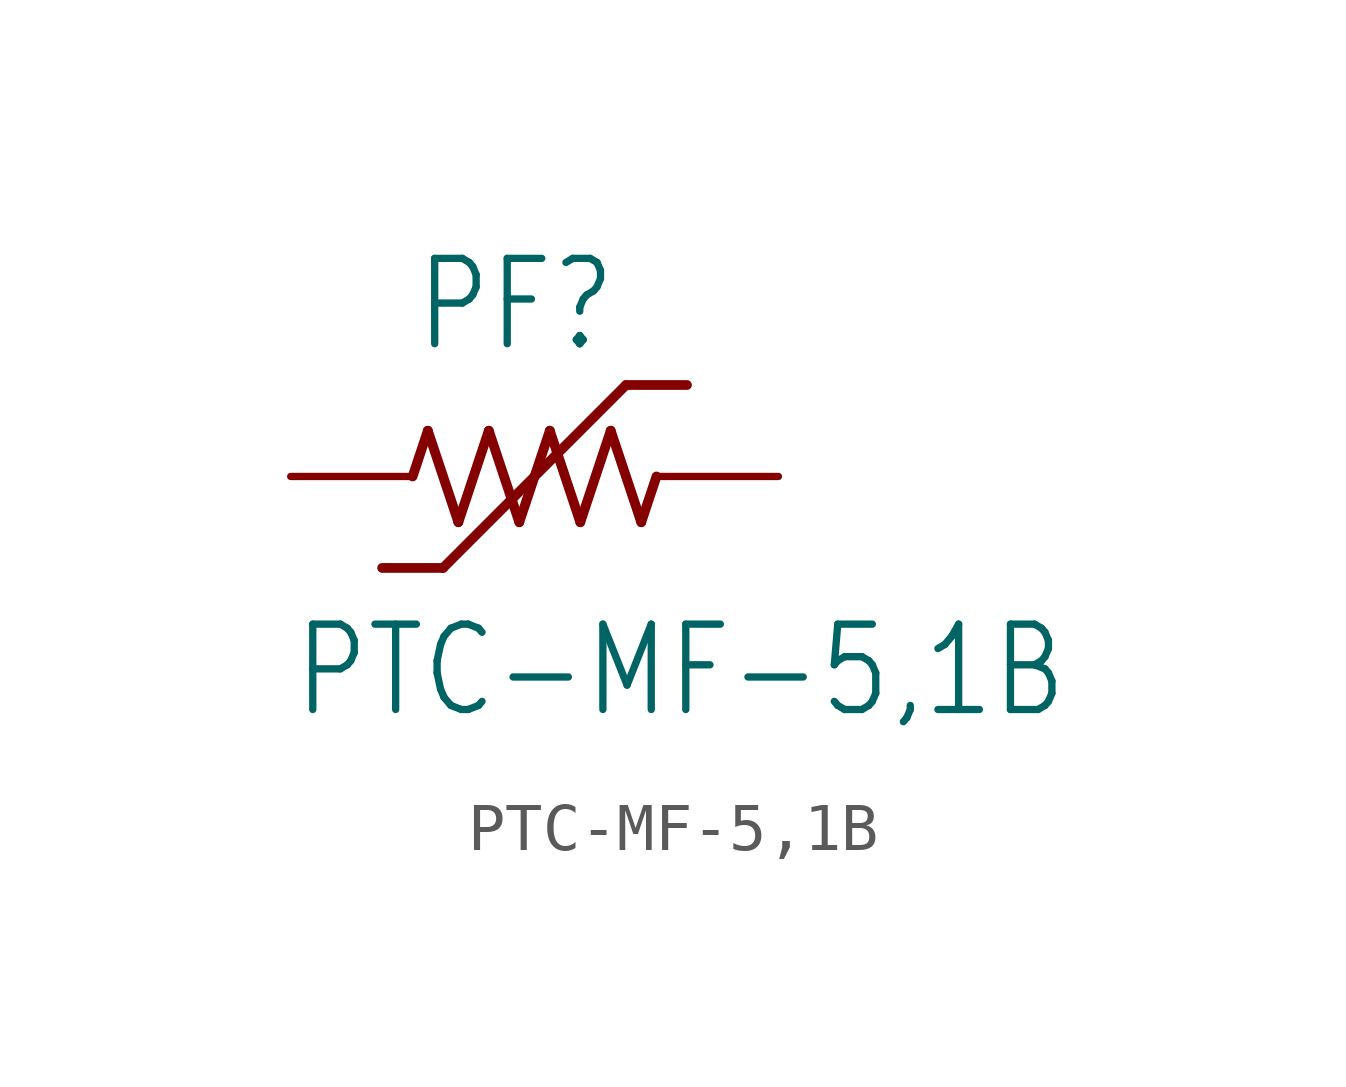
<source format=kicad_sym>
(kicad_symbol_lib
  (version 20211014)
  (generator kicad_symbol_editor)
  (symbol "PTC-MF-5,1B"
    (property "Reference" "PF"
      (at -2.54 2.54 0)
      (effects (font (size 1.778 1.511)) (justify left bottom)))
    (property "Value" "PTC-MF-5,1B"
      (at -5.08 -5.08 0)
      (effects (font (size 1.778 1.511)) (justify left bottom)))
    (property "ki_locked" ""
      (at 0 0 0)
      (effects (font (size 1.27 1.27))))
    (symbol "PTC-MF-5,1B_1_0"
      (polyline (pts (xy -2.54 0) (xy -2.223 0.953)) (stroke (width 0.203) (type default) (color 0 0 0 0)) (fill (type none)))
      (polyline (pts (xy -2.223 0.953) (xy -1.587 -0.953)) (stroke (width 0.203) (type default) (color 0 0 0 0)) (fill (type none)))
      (polyline (pts (xy -1.905 -1.905) (xy -3.175 -1.905)) (stroke (width 0.203) (type default) (color 0 0 0 0)) (fill (type none)))
      (polyline (pts (xy -1.587 -0.953) (xy -0.953 0.953)) (stroke (width 0.203) (type default) (color 0 0 0 0)) (fill (type none)))
      (polyline (pts (xy -0.953 0.953) (xy -0.318 -0.953)) (stroke (width 0.203) (type default) (color 0 0 0 0)) (fill (type none)))
      (polyline (pts (xy -0.318 -0.953) (xy 0.318 0.953)) (stroke (width 0.203) (type default) (color 0 0 0 0)) (fill (type none)))
      (polyline (pts (xy 0.318 0.953) (xy 0.953 -0.953)) (stroke (width 0.203) (type default) (color 0 0 0 0)) (fill (type none)))
      (polyline (pts (xy 0.953 -0.953) (xy 1.587 0.953)) (stroke (width 0.203) (type default) (color 0 0 0 0)) (fill (type none)))
      (polyline (pts (xy 1.587 0.953) (xy 2.223 -0.953)) (stroke (width 0.203) (type default) (color 0 0 0 0)) (fill (type none)))
      (polyline (pts (xy 1.905 1.905) (xy -1.905 -1.905)) (stroke (width 0.203) (type default) (color 0 0 0 0)) (fill (type none)))
      (polyline (pts (xy 2.223 -0.953) (xy 2.54 0)) (stroke (width 0.203) (type default) (color 0 0 0 0)) (fill (type none)))
      (polyline (pts (xy 3.175 1.905) (xy 1.905 1.905)) (stroke (width 0.203) (type default) (color 0 0 0 0)) (fill (type none)))
      (pin passive line (at -5.08 0 0) (length 2.54) (name "1" (effects (font (size 0 0)))) (number "1" (effects (font (size 0 0)))))
      (pin passive line (at 5.08 0 180) (length 2.54) (name "2" (effects (font (size 0 0)))) (number "2" (effects (font (size 0 0))))))))
</source>
